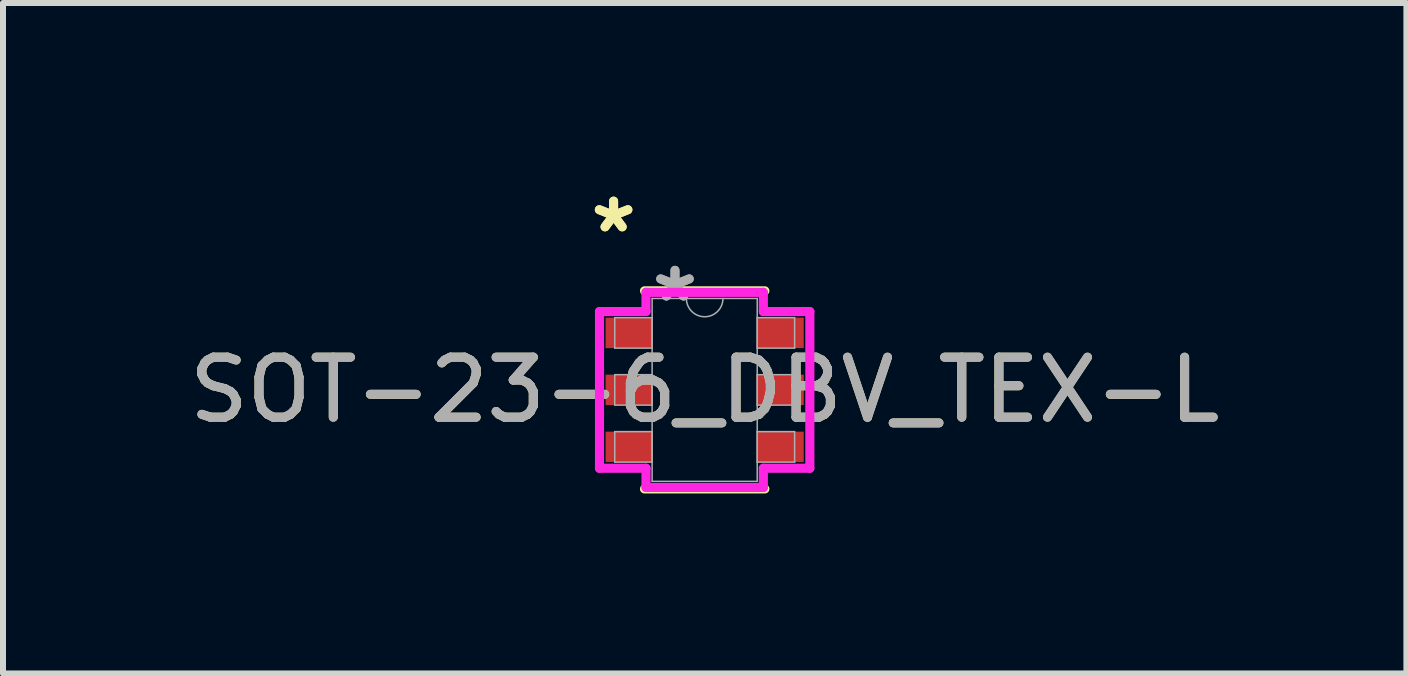
<source format=kicad_pcb>
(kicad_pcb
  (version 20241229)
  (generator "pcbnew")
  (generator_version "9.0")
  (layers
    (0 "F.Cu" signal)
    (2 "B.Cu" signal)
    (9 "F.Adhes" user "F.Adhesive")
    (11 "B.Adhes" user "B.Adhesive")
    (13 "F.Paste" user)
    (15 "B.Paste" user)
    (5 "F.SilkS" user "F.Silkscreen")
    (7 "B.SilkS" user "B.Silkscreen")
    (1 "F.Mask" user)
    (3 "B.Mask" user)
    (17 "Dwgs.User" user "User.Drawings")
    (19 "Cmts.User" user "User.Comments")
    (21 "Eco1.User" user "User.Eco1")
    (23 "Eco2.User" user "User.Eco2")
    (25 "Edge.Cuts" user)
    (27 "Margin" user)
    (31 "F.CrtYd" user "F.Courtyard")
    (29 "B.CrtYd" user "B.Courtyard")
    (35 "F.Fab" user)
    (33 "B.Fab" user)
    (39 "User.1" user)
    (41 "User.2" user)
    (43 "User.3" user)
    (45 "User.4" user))
  (footprint "SOT-23-6_DBV_TEX-L"
    (layer "F.Cu")
    (at 8.696 3.449)
    (property "Reference" "SOT-23-6_DBV_TEX-L" (at 0 0 0) (unlocked yes) (layer "F.SilkS") (effects (font (size 1 1) (thickness 0.15))))
    (attr smd)
    (fp_line (start -1.003 1.651) (end 1.003 1.651) (stroke (width 0.152) (type solid)) (layer "F.SilkS"))
    (fp_line (start 1.003 -1.651) (end -1.003 -1.651) (stroke (width 0.152) (type solid)) (layer "F.SilkS"))
    (fp_line (start -1.753 -1.306) (end -0.978 -1.306) (stroke (width 0.152) (type solid)) (layer "F.CrtYd"))
    (fp_line (start -1.753 1.306) (end -1.753 -1.306) (stroke (width 0.152) (type solid)) (layer "F.CrtYd"))
    (fp_line (start -1.753 1.306) (end -0.978 1.306) (stroke (width 0.152) (type solid)) (layer "F.CrtYd"))
    (fp_line (start -0.978 -1.626) (end 0.978 -1.626) (stroke (width 0.152) (type solid)) (layer "F.CrtYd"))
    (fp_line (start -0.978 -1.306) (end -0.978 -1.626) (stroke (width 0.152) (type solid)) (layer "F.CrtYd"))
    (fp_line (start -0.978 1.626) (end -0.978 1.306) (stroke (width 0.152) (type solid)) (layer "F.CrtYd"))
    (fp_line (start 0.978 -1.626) (end 0.978 -1.306) (stroke (width 0.152) (type solid)) (layer "F.CrtYd"))
    (fp_line (start 0.978 1.306) (end 0.978 1.626) (stroke (width 0.152) (type solid)) (layer "F.CrtYd"))
    (fp_line (start 0.978 1.626) (end -0.978 1.626) (stroke (width 0.152) (type solid)) (layer "F.CrtYd"))
    (fp_line (start 1.753 -1.306) (end 0.978 -1.306) (stroke (width 0.152) (type solid)) (layer "F.CrtYd"))
    (fp_line (start 1.753 -1.306) (end 1.753 1.306) (stroke (width 0.152) (type solid)) (layer "F.CrtYd"))
    (fp_line (start 1.753 1.306) (end 0.978 1.306) (stroke (width 0.152) (type solid)) (layer "F.CrtYd"))
    (fp_line (start -1.499 -1.204) (end -1.499 -0.696) (stroke (width 0.025) (type solid)) (layer "F.Fab"))
    (fp_line (start -1.499 -0.696) (end -0.876 -0.696) (stroke (width 0.025) (type solid)) (layer "F.Fab"))
    (fp_line (start -1.499 -0.254) (end -1.499 0.254) (stroke (width 0.025) (type solid)) (layer "F.Fab"))
    (fp_line (start -1.499 0.254) (end -0.876 0.254) (stroke (width 0.025) (type solid)) (layer "F.Fab"))
    (fp_line (start -1.499 0.696) (end -1.499 1.204) (stroke (width 0.025) (type solid)) (layer "F.Fab"))
    (fp_line (start -1.499 1.204) (end -0.876 1.204) (stroke (width 0.025) (type solid)) (layer "F.Fab"))
    (fp_line (start -0.876 -1.524) (end -0.876 1.524) (stroke (width 0.025) (type solid)) (layer "F.Fab"))
    (fp_line (start -0.876 -1.204) (end -1.499 -1.204) (stroke (width 0.025) (type solid)) (layer "F.Fab"))
    (fp_line (start -0.876 -0.696) (end -0.876 -1.204) (stroke (width 0.025) (type solid)) (layer "F.Fab"))
    (fp_line (start -0.876 -0.254) (end -1.499 -0.254) (stroke (width 0.025) (type solid)) (layer "F.Fab"))
    (fp_line (start -0.876 0.254) (end -0.876 -0.254) (stroke (width 0.025) (type solid)) (layer "F.Fab"))
    (fp_line (start -0.876 0.696) (end -1.499 0.696) (stroke (width 0.025) (type solid)) (layer "F.Fab"))
    (fp_line (start -0.876 1.204) (end -0.876 0.696) (stroke (width 0.025) (type solid)) (layer "F.Fab"))
    (fp_line (start -0.876 1.524) (end 0.876 1.524) (stroke (width 0.025) (type solid)) (layer "F.Fab"))
    (fp_line (start 0.876 -1.524) (end -0.876 -1.524) (stroke (width 0.025) (type solid)) (layer "F.Fab"))
    (fp_line (start 0.876 -1.204) (end 0.876 -0.696) (stroke (width 0.025) (type solid)) (layer "F.Fab"))
    (fp_line (start 0.876 -0.696) (end 1.499 -0.696) (stroke (width 0.025) (type solid)) (layer "F.Fab"))
    (fp_line (start 0.876 -0.254) (end 0.876 0.254) (stroke (width 0.025) (type solid)) (layer "F.Fab"))
    (fp_line (start 0.876 0.254) (end 1.499 0.254) (stroke (width 0.025) (type solid)) (layer "F.Fab"))
    (fp_line (start 0.876 0.696) (end 0.876 1.204) (stroke (width 0.025) (type solid)) (layer "F.Fab"))
    (fp_line (start 0.876 1.204) (end 1.499 1.204) (stroke (width 0.025) (type solid)) (layer "F.Fab"))
    (fp_line (start 0.876 1.524) (end 0.876 -1.524) (stroke (width 0.025) (type solid)) (layer "F.Fab"))
    (fp_line (start 1.499 -1.204) (end 0.876 -1.204) (stroke (width 0.025) (type solid)) (layer "F.Fab"))
    (fp_line (start 1.499 -0.696) (end 1.499 -1.204) (stroke (width 0.025) (type solid)) (layer "F.Fab"))
    (fp_line (start 1.499 -0.254) (end 0.876 -0.254) (stroke (width 0.025) (type solid)) (layer "F.Fab"))
    (fp_line (start 1.499 0.254) (end 1.499 -0.254) (stroke (width 0.025) (type solid)) (layer "F.Fab"))
    (fp_line (start 1.499 0.696) (end 0.876 0.696) (stroke (width 0.025) (type solid)) (layer "F.Fab"))
    (fp_line (start 1.499 1.204) (end 1.499 0.696) (stroke (width 0.025) (type solid)) (layer "F.Fab"))
    (fp_arc (start 0.3048 -1.524) (mid 0 -1.2192) (end -0.3048 -1.524) (stroke (width 0.0254) (type solid)) (layer "F.Fab"))
    (fp_text user "*" (at -1.518 -2.601 0) (unlocked yes) (layer "F.SilkS") (effects (font (size 1 1) (thickness 0.15))))
    (fp_text user "*" (at -1.518 -2.601 0) (layer "F.SilkS") (effects (font (size 1 1) (thickness 0.15))))
    (fp_text user "${REFERENCE}" (at 0 0 0) (unlocked yes) (layer "F.Fab") (effects (font (size 1 1) (thickness 0.15))))
    (fp_text user "*" (at -0.495 -1.448 0) (unlocked yes) (layer "F.Fab") (effects (font (size 1 1) (thickness 0.15))))
    (fp_text user "*" (at -0.495 -1.448 0) (layer "F.Fab") (effects (font (size 1 1) (thickness 0.15))))
    (pad "1" smd rect (at -1.264 -0.95) (size 0.775 0.508) (layers "F.Cu" "F.Mask" "F.Paste"))
    (pad "2" smd rect (at -1.264 0) (size 0.775 0.508) (layers "F.Cu" "F.Mask" "F.Paste"))
    (pad "3" smd rect (at -1.264 0.95) (size 0.775 0.508) (layers "F.Cu" "F.Mask" "F.Paste"))
    (pad "4" smd rect (at 1.264 0.95) (size 0.775 0.508) (layers "F.Cu" "F.Mask" "F.Paste"))
    (pad "5" smd rect (at 1.264 0) (size 0.775 0.508) (layers "F.Cu" "F.Mask" "F.Paste"))
    (pad "6" smd rect (at 1.264 -0.95) (size 0.775 0.508) (layers "F.Cu" "F.Mask" "F.Paste")))
  (gr_rect
    (start -3 -3)
    (end 20.393 8.176)
    (stroke (width 0.1) (type default))
    (fill no)
    (layer "Edge.Cuts")))
</source>
